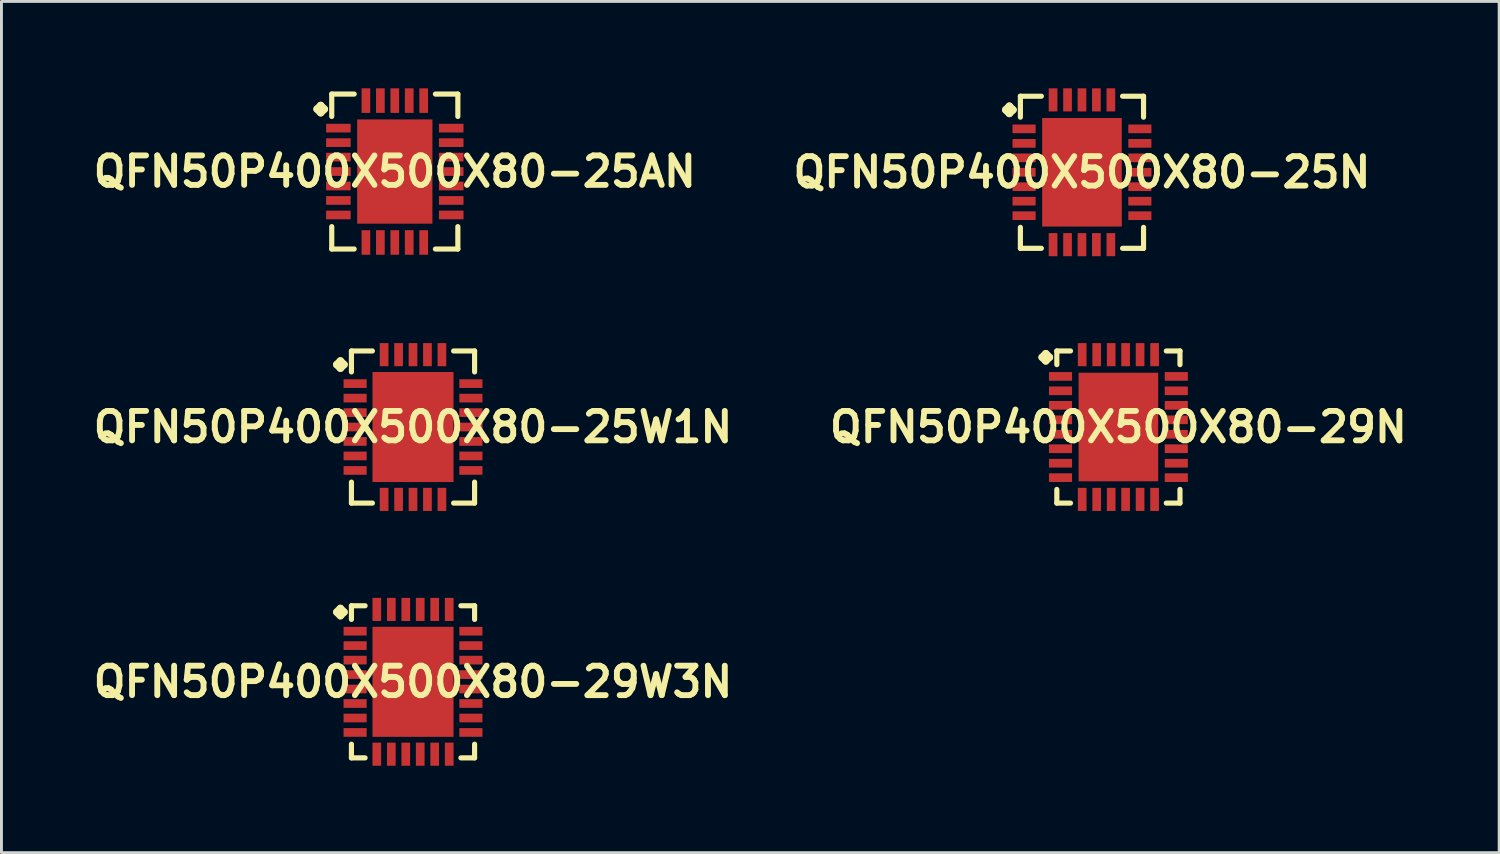
<source format=kicad_pcb>
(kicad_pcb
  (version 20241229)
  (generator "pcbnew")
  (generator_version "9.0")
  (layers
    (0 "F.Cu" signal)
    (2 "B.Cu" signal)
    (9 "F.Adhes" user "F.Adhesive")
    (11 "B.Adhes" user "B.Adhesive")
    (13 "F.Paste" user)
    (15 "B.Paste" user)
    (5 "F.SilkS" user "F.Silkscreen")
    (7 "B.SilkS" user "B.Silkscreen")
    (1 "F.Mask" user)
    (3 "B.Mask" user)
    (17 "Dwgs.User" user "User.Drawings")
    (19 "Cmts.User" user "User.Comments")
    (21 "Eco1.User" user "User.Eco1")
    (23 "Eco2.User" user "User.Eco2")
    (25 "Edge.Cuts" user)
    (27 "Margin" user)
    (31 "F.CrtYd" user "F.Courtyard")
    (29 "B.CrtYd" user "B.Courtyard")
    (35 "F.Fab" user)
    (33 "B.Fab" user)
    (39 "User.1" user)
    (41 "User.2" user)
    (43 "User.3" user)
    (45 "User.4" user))
  (footprint "QFN50P400X500X80-25W1N"
    (layer "F.Cu")
    (at 11.21 11.694)
    (property "Reference" "QFN50P400X500X80-25W1N" (at 0 0 0) (layer "F.SilkS") (effects (font (size 1.016 1.016) (thickness 0.203))))
    (attr smd)
    (fp_line (start -2.634 -2.156) (end -2.507 -2.283) (stroke (width 0.254) (type solid)) (layer "F.SilkS"))
    (fp_line (start -2.507 -2.283) (end -2.38 -2.156) (stroke (width 0.254) (type solid)) (layer "F.SilkS"))
    (fp_line (start -2.507 -2.029) (end -2.634 -2.156) (stroke (width 0.254) (type solid)) (layer "F.SilkS"))
    (fp_line (start -2.38 -2.156) (end -2.507 -2.029) (stroke (width 0.254) (type solid)) (layer "F.SilkS"))
    (fp_line (start -2.126 -2.626) (end -1.402 -2.626) (stroke (width 0.178) (type solid)) (layer "F.SilkS"))
    (fp_line (start -2.126 -1.902) (end -2.126 -2.626) (stroke (width 0.178) (type solid)) (layer "F.SilkS"))
    (fp_line (start -2.126 1.902) (end -2.126 2.626) (stroke (width 0.178) (type solid)) (layer "F.SilkS"))
    (fp_line (start -2.126 2.626) (end -1.402 2.626) (stroke (width 0.178) (type solid)) (layer "F.SilkS"))
    (fp_line (start 1.402 -2.626) (end 2.126 -2.626) (stroke (width 0.178) (type solid)) (layer "F.SilkS"))
    (fp_line (start 1.402 2.626) (end 2.126 2.626) (stroke (width 0.178) (type solid)) (layer "F.SilkS"))
    (fp_line (start 2.126 -2.626) (end 2.126 -1.902) (stroke (width 0.178) (type solid)) (layer "F.SilkS"))
    (fp_line (start 2.126 2.626) (end 2.126 1.902) (stroke (width 0.178) (type solid)) (layer "F.SilkS"))
    (pad "1" smd rect (at -1.999 -1.499) (size 0.798 0.3) (layers "F.Cu" "F.Mask" "F.Paste"))
    (pad "2" smd rect (at -1.999 -0.998) (size 0.798 0.3) (layers "F.Cu" "F.Mask" "F.Paste"))
    (pad "3" smd rect (at -1.999 -0.498) (size 0.798 0.3) (layers "F.Cu" "F.Mask" "F.Paste"))
    (pad "4" smd rect (at -1.999 0) (size 0.798 0.3) (layers "F.Cu" "F.Mask" "F.Paste"))
    (pad "5" smd rect (at -1.999 0.498) (size 0.798 0.3) (layers "F.Cu" "F.Mask" "F.Paste"))
    (pad "6" smd rect (at -1.999 0.998) (size 0.798 0.3) (layers "F.Cu" "F.Mask" "F.Paste"))
    (pad "7" smd rect (at -1.999 1.499) (size 0.798 0.3) (layers "F.Cu" "F.Mask" "F.Paste"))
    (pad "8" smd rect (at -0.998 2.499) (size 0.3 0.798) (layers "F.Cu" "F.Mask" "F.Paste"))
    (pad "9" smd rect (at -0.498 2.499) (size 0.3 0.798) (layers "F.Cu" "F.Mask" "F.Paste"))
    (pad "10" smd rect (at 0 2.499) (size 0.3 0.798) (layers "F.Cu" "F.Mask" "F.Paste"))
    (pad "11" smd rect (at 0.498 2.499) (size 0.3 0.798) (layers "F.Cu" "F.Mask" "F.Paste"))
    (pad "12" smd rect (at 0.998 2.499) (size 0.3 0.798) (layers "F.Cu" "F.Mask" "F.Paste"))
    (pad "13" smd rect (at 1.999 1.499) (size 0.798 0.3) (layers "F.Cu" "F.Mask" "F.Paste"))
    (pad "14" smd rect (at 1.999 0.998) (size 0.798 0.3) (layers "F.Cu" "F.Mask" "F.Paste"))
    (pad "15" smd rect (at 1.999 0.498) (size 0.798 0.3) (layers "F.Cu" "F.Mask" "F.Paste"))
    (pad "16" smd rect (at 1.999 0) (size 0.798 0.3) (layers "F.Cu" "F.Mask" "F.Paste"))
    (pad "17" smd rect (at 1.999 -0.498) (size 0.798 0.3) (layers "F.Cu" "F.Mask" "F.Paste"))
    (pad "18" smd rect (at 1.999 -0.998) (size 0.798 0.3) (layers "F.Cu" "F.Mask" "F.Paste"))
    (pad "19" smd rect (at 1.999 -1.499) (size 0.798 0.3) (layers "F.Cu" "F.Mask" "F.Paste"))
    (pad "20" smd rect (at 0.998 -2.499) (size 0.3 0.798) (layers "F.Cu" "F.Mask" "F.Paste"))
    (pad "21" smd rect (at 0.498 -2.499) (size 0.3 0.798) (layers "F.Cu" "F.Mask" "F.Paste"))
    (pad "22" smd rect (at 0 -2.499) (size 0.3 0.798) (layers "F.Cu" "F.Mask" "F.Paste"))
    (pad "23" smd rect (at -0.498 -2.499) (size 0.3 0.798) (layers "F.Cu" "F.Mask" "F.Paste"))
    (pad "24" smd rect (at -0.998 -2.499) (size 0.3 0.798) (layers "F.Cu" "F.Mask" "F.Paste"))
    (pad "25" smd rect (at 0 0) (size 2.799 3.8) (layers "F.Cu" "F.Mask" "F.Paste")))
  (footprint "QFN50P400X500X80-25AN"
    (layer "F.Cu")
    (at 10.581 2.873)
    (property "Reference" "QFN50P400X500X80-25AN" (at 0 0 0) (layer "F.SilkS") (effects (font (size 1.016 1.016) (thickness 0.203))))
    (attr smd)
    (fp_line (start -2.685 -2.156) (end -2.558 -2.283) (stroke (width 0.254) (type solid)) (layer "F.SilkS"))
    (fp_line (start -2.558 -2.283) (end -2.431 -2.156) (stroke (width 0.254) (type solid)) (layer "F.SilkS"))
    (fp_line (start -2.558 -2.029) (end -2.685 -2.156) (stroke (width 0.254) (type solid)) (layer "F.SilkS"))
    (fp_line (start -2.431 -2.156) (end -2.558 -2.029) (stroke (width 0.254) (type solid)) (layer "F.SilkS"))
    (fp_line (start -2.177 -2.675) (end -1.402 -2.675) (stroke (width 0.178) (type solid)) (layer "F.SilkS"))
    (fp_line (start -2.177 -1.902) (end -2.177 -2.675) (stroke (width 0.178) (type solid)) (layer "F.SilkS"))
    (fp_line (start -2.177 1.902) (end -2.177 2.675) (stroke (width 0.178) (type solid)) (layer "F.SilkS"))
    (fp_line (start -2.177 2.675) (end -1.402 2.675) (stroke (width 0.178) (type solid)) (layer "F.SilkS"))
    (fp_line (start 1.402 -2.675) (end 2.177 -2.675) (stroke (width 0.178) (type solid)) (layer "F.SilkS"))
    (fp_line (start 1.402 2.675) (end 2.177 2.675) (stroke (width 0.178) (type solid)) (layer "F.SilkS"))
    (fp_line (start 2.177 -2.675) (end 2.177 -1.902) (stroke (width 0.178) (type solid)) (layer "F.SilkS"))
    (fp_line (start 2.177 2.675) (end 2.177 1.902) (stroke (width 0.178) (type solid)) (layer "F.SilkS"))
    (pad "1" smd rect (at -1.948 -1.499) (size 0.848 0.3) (layers "F.Cu" "F.Mask" "F.Paste"))
    (pad "2" smd rect (at -1.948 -0.998) (size 0.848 0.3) (layers "F.Cu" "F.Mask" "F.Paste"))
    (pad "3" smd rect (at -1.948 -0.498) (size 0.848 0.3) (layers "F.Cu" "F.Mask" "F.Paste"))
    (pad "4" smd rect (at -1.948 0) (size 0.848 0.3) (layers "F.Cu" "F.Mask" "F.Paste"))
    (pad "5" smd rect (at -1.948 0.498) (size 0.848 0.3) (layers "F.Cu" "F.Mask" "F.Paste"))
    (pad "6" smd rect (at -1.948 0.998) (size 0.848 0.3) (layers "F.Cu" "F.Mask" "F.Paste"))
    (pad "7" smd rect (at -1.948 1.499) (size 0.848 0.3) (layers "F.Cu" "F.Mask" "F.Paste"))
    (pad "8" smd rect (at -0.998 2.449) (size 0.3 0.848) (layers "F.Cu" "F.Mask" "F.Paste"))
    (pad "9" smd rect (at -0.498 2.449) (size 0.3 0.848) (layers "F.Cu" "F.Mask" "F.Paste"))
    (pad "10" smd rect (at 0 2.449) (size 0.3 0.848) (layers "F.Cu" "F.Mask" "F.Paste"))
    (pad "11" smd rect (at 0.498 2.449) (size 0.3 0.848) (layers "F.Cu" "F.Mask" "F.Paste"))
    (pad "12" smd rect (at 0.998 2.449) (size 0.3 0.848) (layers "F.Cu" "F.Mask" "F.Paste"))
    (pad "13" smd rect (at 1.948 1.499) (size 0.848 0.3) (layers "F.Cu" "F.Mask" "F.Paste"))
    (pad "14" smd rect (at 1.948 0.998) (size 0.848 0.3) (layers "F.Cu" "F.Mask" "F.Paste"))
    (pad "15" smd rect (at 1.948 0.498) (size 0.848 0.3) (layers "F.Cu" "F.Mask" "F.Paste"))
    (pad "16" smd rect (at 1.948 0) (size 0.848 0.3) (layers "F.Cu" "F.Mask" "F.Paste"))
    (pad "17" smd rect (at 1.948 -0.498) (size 0.848 0.3) (layers "F.Cu" "F.Mask" "F.Paste"))
    (pad "18" smd rect (at 1.948 -0.998) (size 0.848 0.3) (layers "F.Cu" "F.Mask" "F.Paste"))
    (pad "19" smd rect (at 1.948 -1.499) (size 0.848 0.3) (layers "F.Cu" "F.Mask" "F.Paste"))
    (pad "20" smd rect (at 0.998 -2.449) (size 0.3 0.848) (layers "F.Cu" "F.Mask" "F.Paste"))
    (pad "21" smd rect (at 0.498 -2.449) (size 0.3 0.848) (layers "F.Cu" "F.Mask" "F.Paste"))
    (pad "22" smd rect (at 0 -2.449) (size 0.3 0.848) (layers "F.Cu" "F.Mask" "F.Paste"))
    (pad "23" smd rect (at -0.498 -2.449) (size 0.3 0.848) (layers "F.Cu" "F.Mask" "F.Paste"))
    (pad "24" smd rect (at -0.998 -2.449) (size 0.3 0.848) (layers "F.Cu" "F.Mask" "F.Paste"))
    (pad "25" smd rect (at 0 0) (size 2.598 3.599) (layers "F.Cu" "F.Mask" "F.Paste")))
  (footprint "QFN50P400X500X80-29W3N"
    (layer "F.Cu")
    (at 11.21 20.491)
    (property "Reference" "QFN50P400X500X80-29W3N" (at 0 0 0) (layer "F.SilkS") (effects (font (size 1.016 1.016) (thickness 0.203))))
    (attr smd)
    (fp_line (start -2.634 -2.408) (end -2.507 -2.535) (stroke (width 0.254) (type solid)) (layer "F.SilkS"))
    (fp_line (start -2.507 -2.535) (end -2.38 -2.408) (stroke (width 0.254) (type solid)) (layer "F.SilkS"))
    (fp_line (start -2.507 -2.281) (end -2.634 -2.408) (stroke (width 0.254) (type solid)) (layer "F.SilkS"))
    (fp_line (start -2.38 -2.408) (end -2.507 -2.281) (stroke (width 0.254) (type solid)) (layer "F.SilkS"))
    (fp_line (start -2.126 -2.626) (end -1.654 -2.626) (stroke (width 0.178) (type solid)) (layer "F.SilkS"))
    (fp_line (start -2.126 -2.154) (end -2.126 -2.626) (stroke (width 0.178) (type solid)) (layer "F.SilkS"))
    (fp_line (start -2.126 2.154) (end -2.126 2.626) (stroke (width 0.178) (type solid)) (layer "F.SilkS"))
    (fp_line (start -2.126 2.626) (end -1.654 2.626) (stroke (width 0.178) (type solid)) (layer "F.SilkS"))
    (fp_line (start 1.654 -2.626) (end 2.126 -2.626) (stroke (width 0.178) (type solid)) (layer "F.SilkS"))
    (fp_line (start 1.654 2.626) (end 2.126 2.626) (stroke (width 0.178) (type solid)) (layer "F.SilkS"))
    (fp_line (start 2.126 -2.626) (end 2.126 -2.154) (stroke (width 0.178) (type solid)) (layer "F.SilkS"))
    (fp_line (start 2.126 2.626) (end 2.126 2.154) (stroke (width 0.178) (type solid)) (layer "F.SilkS"))
    (pad "1" smd rect (at -1.999 -1.748) (size 0.798 0.3) (layers "F.Cu" "F.Mask" "F.Paste"))
    (pad "2" smd rect (at -1.999 -1.25) (size 0.798 0.3) (layers "F.Cu" "F.Mask" "F.Paste"))
    (pad "3" smd rect (at -1.999 -0.749) (size 0.798 0.3) (layers "F.Cu" "F.Mask" "F.Paste"))
    (pad "4" smd rect (at -1.999 -0.249) (size 0.798 0.3) (layers "F.Cu" "F.Mask" "F.Paste"))
    (pad "5" smd rect (at -1.999 0.249) (size 0.798 0.3) (layers "F.Cu" "F.Mask" "F.Paste"))
    (pad "6" smd rect (at -1.999 0.749) (size 0.798 0.3) (layers "F.Cu" "F.Mask" "F.Paste"))
    (pad "7" smd rect (at -1.999 1.25) (size 0.798 0.3) (layers "F.Cu" "F.Mask" "F.Paste"))
    (pad "8" smd rect (at -1.999 1.748) (size 0.798 0.3) (layers "F.Cu" "F.Mask" "F.Paste"))
    (pad "9" smd rect (at -1.25 2.499) (size 0.3 0.798) (layers "F.Cu" "F.Mask" "F.Paste"))
    (pad "10" smd rect (at -0.749 2.499) (size 0.3 0.798) (layers "F.Cu" "F.Mask" "F.Paste"))
    (pad "11" smd rect (at -0.249 2.499) (size 0.3 0.798) (layers "F.Cu" "F.Mask" "F.Paste"))
    (pad "12" smd rect (at 0.249 2.499) (size 0.3 0.798) (layers "F.Cu" "F.Mask" "F.Paste"))
    (pad "13" smd rect (at 0.749 2.499) (size 0.3 0.798) (layers "F.Cu" "F.Mask" "F.Paste"))
    (pad "14" smd rect (at 1.25 2.499) (size 0.3 0.798) (layers "F.Cu" "F.Mask" "F.Paste"))
    (pad "15" smd rect (at 1.999 1.748) (size 0.798 0.3) (layers "F.Cu" "F.Mask" "F.Paste"))
    (pad "16" smd rect (at 1.999 1.25) (size 0.798 0.3) (layers "F.Cu" "F.Mask" "F.Paste"))
    (pad "17" smd rect (at 1.999 0.749) (size 0.798 0.3) (layers "F.Cu" "F.Mask" "F.Paste"))
    (pad "18" smd rect (at 1.999 0.249) (size 0.798 0.3) (layers "F.Cu" "F.Mask" "F.Paste"))
    (pad "19" smd rect (at 1.999 -0.249) (size 0.798 0.3) (layers "F.Cu" "F.Mask" "F.Paste"))
    (pad "20" smd rect (at 1.999 -0.749) (size 0.798 0.3) (layers "F.Cu" "F.Mask" "F.Paste"))
    (pad "21" smd rect (at 1.999 -1.25) (size 0.798 0.3) (layers "F.Cu" "F.Mask" "F.Paste"))
    (pad "22" smd rect (at 1.999 -1.748) (size 0.798 0.3) (layers "F.Cu" "F.Mask" "F.Paste"))
    (pad "23" smd rect (at 1.25 -2.499) (size 0.3 0.798) (layers "F.Cu" "F.Mask" "F.Paste"))
    (pad "24" smd rect (at 0.749 -2.499) (size 0.3 0.798) (layers "F.Cu" "F.Mask" "F.Paste"))
    (pad "25" smd rect (at 0.249 -2.499) (size 0.3 0.798) (layers "F.Cu" "F.Mask" "F.Paste"))
    (pad "26" smd rect (at -0.249 -2.499) (size 0.3 0.798) (layers "F.Cu" "F.Mask" "F.Paste"))
    (pad "27" smd rect (at -0.749 -2.499) (size 0.3 0.798) (layers "F.Cu" "F.Mask" "F.Paste"))
    (pad "28" smd rect (at -1.25 -2.499) (size 0.3 0.798) (layers "F.Cu" "F.Mask" "F.Paste"))
    (pad "29" smd rect (at 0 0) (size 2.799 3.8) (layers "F.Cu" "F.Mask" "F.Paste")))
  (footprint "QFN50P400X500X80-25N"
    (layer "F.Cu")
    (at 34.307 2.898)
    (property "Reference" "QFN50P400X500X80-25N" (at 0 0 0) (layer "F.SilkS") (effects (font (size 1.016 1.016) (thickness 0.203))))
    (attr smd)
    (fp_line (start -2.634 -2.156) (end -2.507 -2.283) (stroke (width 0.254) (type solid)) (layer "F.SilkS"))
    (fp_line (start -2.507 -2.283) (end -2.38 -2.156) (stroke (width 0.254) (type solid)) (layer "F.SilkS"))
    (fp_line (start -2.507 -2.029) (end -2.634 -2.156) (stroke (width 0.254) (type solid)) (layer "F.SilkS"))
    (fp_line (start -2.38 -2.156) (end -2.507 -2.029) (stroke (width 0.254) (type solid)) (layer "F.SilkS"))
    (fp_line (start -2.126 -2.626) (end -1.402 -2.626) (stroke (width 0.178) (type solid)) (layer "F.SilkS"))
    (fp_line (start -2.126 -1.902) (end -2.126 -2.626) (stroke (width 0.178) (type solid)) (layer "F.SilkS"))
    (fp_line (start -2.126 1.902) (end -2.126 2.626) (stroke (width 0.178) (type solid)) (layer "F.SilkS"))
    (fp_line (start -2.126 2.626) (end -1.402 2.626) (stroke (width 0.178) (type solid)) (layer "F.SilkS"))
    (fp_line (start 1.402 -2.626) (end 2.126 -2.626) (stroke (width 0.178) (type solid)) (layer "F.SilkS"))
    (fp_line (start 1.402 2.626) (end 2.126 2.626) (stroke (width 0.178) (type solid)) (layer "F.SilkS"))
    (fp_line (start 2.126 -2.626) (end 2.126 -1.902) (stroke (width 0.178) (type solid)) (layer "F.SilkS"))
    (fp_line (start 2.126 2.626) (end 2.126 1.902) (stroke (width 0.178) (type solid)) (layer "F.SilkS"))
    (pad "1" smd rect (at -1.999 -1.499) (size 0.798 0.3) (layers "F.Cu" "F.Mask" "F.Paste"))
    (pad "2" smd rect (at -1.999 -0.998) (size 0.798 0.3) (layers "F.Cu" "F.Mask" "F.Paste"))
    (pad "3" smd rect (at -1.999 -0.498) (size 0.798 0.3) (layers "F.Cu" "F.Mask" "F.Paste"))
    (pad "4" smd rect (at -1.999 0) (size 0.798 0.3) (layers "F.Cu" "F.Mask" "F.Paste"))
    (pad "5" smd rect (at -1.999 0.498) (size 0.798 0.3) (layers "F.Cu" "F.Mask" "F.Paste"))
    (pad "6" smd rect (at -1.999 0.998) (size 0.798 0.3) (layers "F.Cu" "F.Mask" "F.Paste"))
    (pad "7" smd rect (at -1.999 1.499) (size 0.798 0.3) (layers "F.Cu" "F.Mask" "F.Paste"))
    (pad "8" smd rect (at -0.998 2.499) (size 0.3 0.798) (layers "F.Cu" "F.Mask" "F.Paste"))
    (pad "9" smd rect (at -0.498 2.499) (size 0.3 0.798) (layers "F.Cu" "F.Mask" "F.Paste"))
    (pad "10" smd rect (at 0 2.499) (size 0.3 0.798) (layers "F.Cu" "F.Mask" "F.Paste"))
    (pad "11" smd rect (at 0.498 2.499) (size 0.3 0.798) (layers "F.Cu" "F.Mask" "F.Paste"))
    (pad "12" smd rect (at 0.998 2.499) (size 0.3 0.798) (layers "F.Cu" "F.Mask" "F.Paste"))
    (pad "13" smd rect (at 1.999 1.499) (size 0.798 0.3) (layers "F.Cu" "F.Mask" "F.Paste"))
    (pad "14" smd rect (at 1.999 0.998) (size 0.798 0.3) (layers "F.Cu" "F.Mask" "F.Paste"))
    (pad "15" smd rect (at 1.999 0.498) (size 0.798 0.3) (layers "F.Cu" "F.Mask" "F.Paste"))
    (pad "16" smd rect (at 1.999 0) (size 0.798 0.3) (layers "F.Cu" "F.Mask" "F.Paste"))
    (pad "17" smd rect (at 1.999 -0.498) (size 0.798 0.3) (layers "F.Cu" "F.Mask" "F.Paste"))
    (pad "18" smd rect (at 1.999 -0.998) (size 0.798 0.3) (layers "F.Cu" "F.Mask" "F.Paste"))
    (pad "19" smd rect (at 1.999 -1.499) (size 0.798 0.3) (layers "F.Cu" "F.Mask" "F.Paste"))
    (pad "20" smd rect (at 0.998 -2.499) (size 0.3 0.798) (layers "F.Cu" "F.Mask" "F.Paste"))
    (pad "21" smd rect (at 0.498 -2.499) (size 0.3 0.798) (layers "F.Cu" "F.Mask" "F.Paste"))
    (pad "22" smd rect (at 0 -2.499) (size 0.3 0.798) (layers "F.Cu" "F.Mask" "F.Paste"))
    (pad "23" smd rect (at -0.498 -2.499) (size 0.3 0.798) (layers "F.Cu" "F.Mask" "F.Paste"))
    (pad "24" smd rect (at -0.998 -2.499) (size 0.3 0.798) (layers "F.Cu" "F.Mask" "F.Paste"))
    (pad "25" smd rect (at 0 0) (size 2.748 3.749) (layers "F.Cu" "F.Mask" "F.Paste")))
  (footprint "QFN50P400X500X80-29N"
    (layer "F.Cu")
    (at 35.565 11.694)
    (property "Reference" "QFN50P400X500X80-29N" (at 0 0 0) (layer "F.SilkS") (effects (font (size 1.016 1.016) (thickness 0.203))))
    (attr smd)
    (fp_line (start -2.634 -2.408) (end -2.507 -2.535) (stroke (width 0.254) (type solid)) (layer "F.SilkS"))
    (fp_line (start -2.507 -2.535) (end -2.38 -2.408) (stroke (width 0.254) (type solid)) (layer "F.SilkS"))
    (fp_line (start -2.507 -2.281) (end -2.634 -2.408) (stroke (width 0.254) (type solid)) (layer "F.SilkS"))
    (fp_line (start -2.38 -2.408) (end -2.507 -2.281) (stroke (width 0.254) (type solid)) (layer "F.SilkS"))
    (fp_line (start -2.126 -2.626) (end -1.654 -2.626) (stroke (width 0.178) (type solid)) (layer "F.SilkS"))
    (fp_line (start -2.126 -2.154) (end -2.126 -2.626) (stroke (width 0.178) (type solid)) (layer "F.SilkS"))
    (fp_line (start -2.126 2.154) (end -2.126 2.626) (stroke (width 0.178) (type solid)) (layer "F.SilkS"))
    (fp_line (start -2.126 2.626) (end -1.654 2.626) (stroke (width 0.178) (type solid)) (layer "F.SilkS"))
    (fp_line (start 1.654 -2.626) (end 2.126 -2.626) (stroke (width 0.178) (type solid)) (layer "F.SilkS"))
    (fp_line (start 1.654 2.626) (end 2.126 2.626) (stroke (width 0.178) (type solid)) (layer "F.SilkS"))
    (fp_line (start 2.126 -2.626) (end 2.126 -2.154) (stroke (width 0.178) (type solid)) (layer "F.SilkS"))
    (fp_line (start 2.126 2.626) (end 2.126 2.154) (stroke (width 0.178) (type solid)) (layer "F.SilkS"))
    (pad "1" smd rect (at -1.999 -1.748) (size 0.798 0.3) (layers "F.Cu" "F.Mask" "F.Paste"))
    (pad "2" smd rect (at -1.999 -1.25) (size 0.798 0.3) (layers "F.Cu" "F.Mask" "F.Paste"))
    (pad "3" smd rect (at -1.999 -0.749) (size 0.798 0.3) (layers "F.Cu" "F.Mask" "F.Paste"))
    (pad "4" smd rect (at -1.999 -0.249) (size 0.798 0.3) (layers "F.Cu" "F.Mask" "F.Paste"))
    (pad "5" smd rect (at -1.999 0.249) (size 0.798 0.3) (layers "F.Cu" "F.Mask" "F.Paste"))
    (pad "6" smd rect (at -1.999 0.749) (size 0.798 0.3) (layers "F.Cu" "F.Mask" "F.Paste"))
    (pad "7" smd rect (at -1.999 1.25) (size 0.798 0.3) (layers "F.Cu" "F.Mask" "F.Paste"))
    (pad "8" smd rect (at -1.999 1.748) (size 0.798 0.3) (layers "F.Cu" "F.Mask" "F.Paste"))
    (pad "9" smd rect (at -1.25 2.499) (size 0.3 0.798) (layers "F.Cu" "F.Mask" "F.Paste"))
    (pad "10" smd rect (at -0.749 2.499) (size 0.3 0.798) (layers "F.Cu" "F.Mask" "F.Paste"))
    (pad "11" smd rect (at -0.249 2.499) (size 0.3 0.798) (layers "F.Cu" "F.Mask" "F.Paste"))
    (pad "12" smd rect (at 0.249 2.499) (size 0.3 0.798) (layers "F.Cu" "F.Mask" "F.Paste"))
    (pad "13" smd rect (at 0.749 2.499) (size 0.3 0.798) (layers "F.Cu" "F.Mask" "F.Paste"))
    (pad "14" smd rect (at 1.25 2.499) (size 0.3 0.798) (layers "F.Cu" "F.Mask" "F.Paste"))
    (pad "15" smd rect (at 1.999 1.748) (size 0.798 0.3) (layers "F.Cu" "F.Mask" "F.Paste"))
    (pad "16" smd rect (at 1.999 1.25) (size 0.798 0.3) (layers "F.Cu" "F.Mask" "F.Paste"))
    (pad "17" smd rect (at 1.999 0.749) (size 0.798 0.3) (layers "F.Cu" "F.Mask" "F.Paste"))
    (pad "18" smd rect (at 1.999 0.249) (size 0.798 0.3) (layers "F.Cu" "F.Mask" "F.Paste"))
    (pad "19" smd rect (at 1.999 -0.249) (size 0.798 0.3) (layers "F.Cu" "F.Mask" "F.Paste"))
    (pad "20" smd rect (at 1.999 -0.749) (size 0.798 0.3) (layers "F.Cu" "F.Mask" "F.Paste"))
    (pad "21" smd rect (at 1.999 -1.25) (size 0.798 0.3) (layers "F.Cu" "F.Mask" "F.Paste"))
    (pad "22" smd rect (at 1.999 -1.748) (size 0.798 0.3) (layers "F.Cu" "F.Mask" "F.Paste"))
    (pad "23" smd rect (at 1.25 -2.499) (size 0.3 0.798) (layers "F.Cu" "F.Mask" "F.Paste"))
    (pad "24" smd rect (at 0.749 -2.499) (size 0.3 0.798) (layers "F.Cu" "F.Mask" "F.Paste"))
    (pad "25" smd rect (at 0.249 -2.499) (size 0.3 0.798) (layers "F.Cu" "F.Mask" "F.Paste"))
    (pad "26" smd rect (at -0.249 -2.499) (size 0.3 0.798) (layers "F.Cu" "F.Mask" "F.Paste"))
    (pad "27" smd rect (at -0.749 -2.499) (size 0.3 0.798) (layers "F.Cu" "F.Mask" "F.Paste"))
    (pad "28" smd rect (at -1.25 -2.499) (size 0.3 0.798) (layers "F.Cu" "F.Mask" "F.Paste"))
    (pad "29" smd rect (at 0 0) (size 2.748 3.749) (layers "F.Cu" "F.Mask" "F.Paste")))
  (gr_rect
    (start -3 -3)
    (end 48.711 26.389)
    (stroke (width 0.1) (type default))
    (fill no)
    (layer "Edge.Cuts")))
</source>
